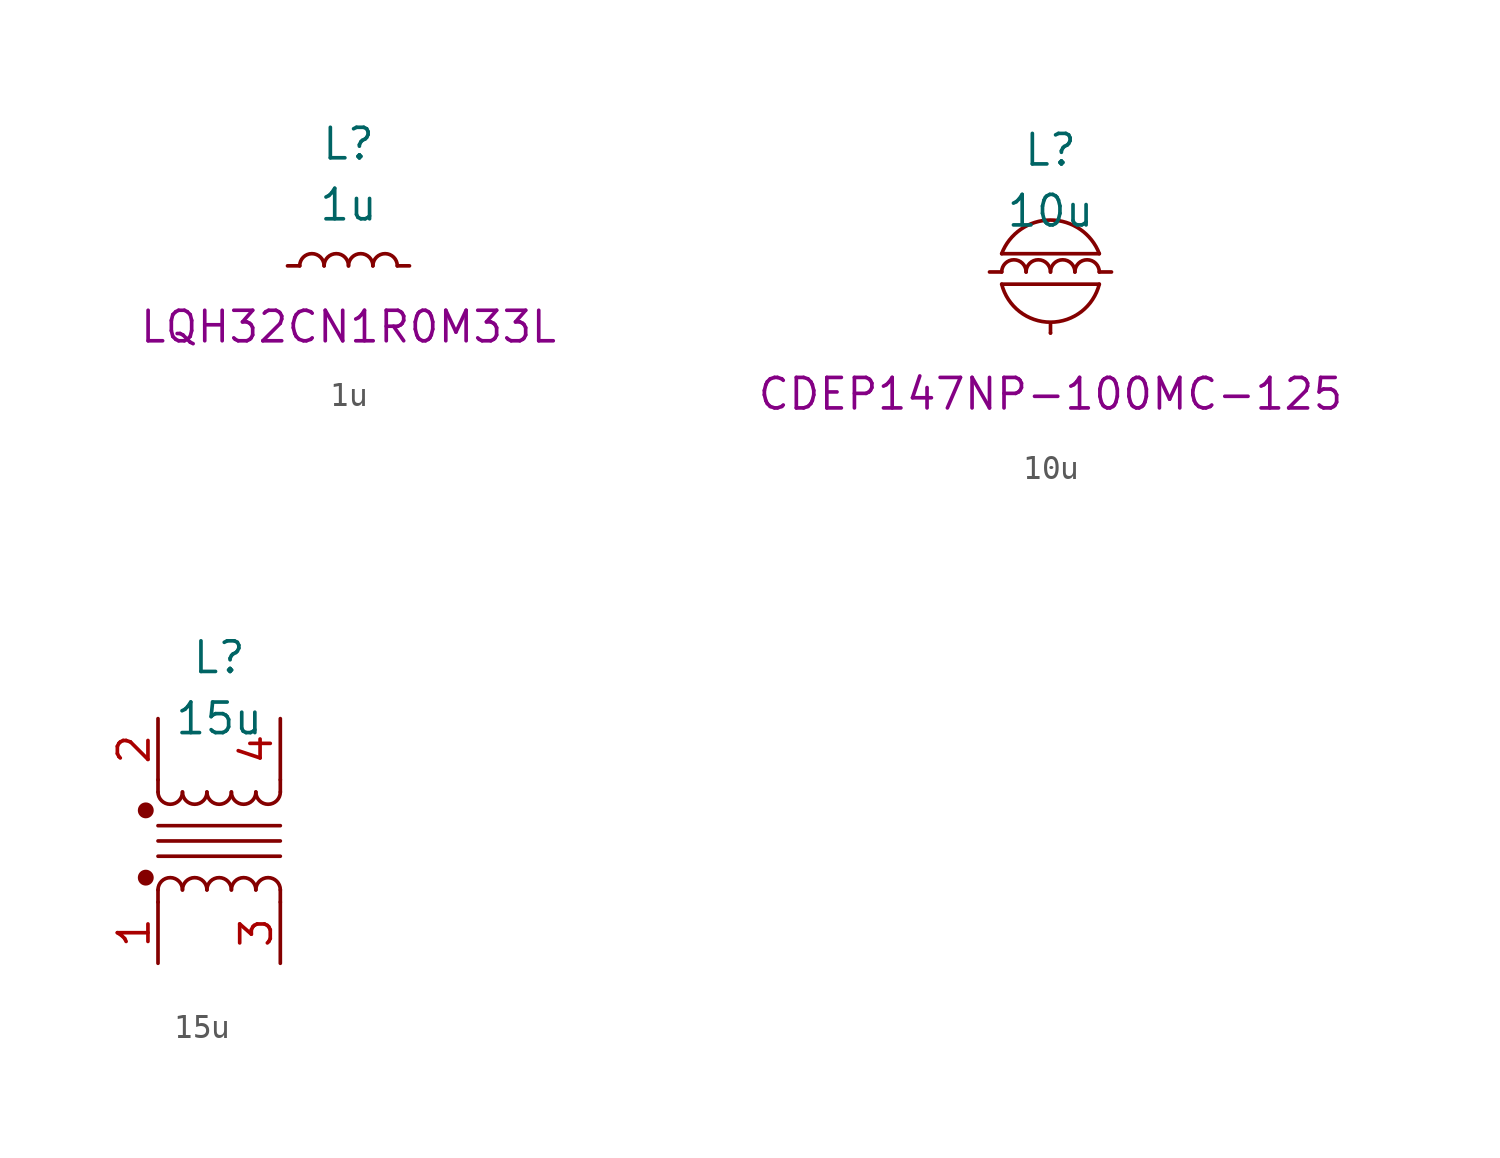
<source format=kicad_sym>
(kicad_symbol_lib
  (version 20210619)
  (generator kicad_symbol_editor)
  (symbol "ulib_Inductor_SMD:1u"
    (pin_numbers hide)
    (pin_names hide)
    (property "Reference" "L"
      (at 0 5.08 0)
      (effects (font (size 1.27 1.27))))
    (property "Value" "1u"
      (at 0 2.54 0)
      (effects (font (size 1.27 1.27))))
    (property "Mfr PN" "LQH32CN1R0M33L"
      (at 0 -2.54 0)
      (effects (font (size 1.27 1.27))))
    (symbol "1u_0_1"
      (arc (start -1.016 0) (end -2.032 0) (radius (at -1.524 0) (length 0.508) (angles 0.1 179.9)) (stroke (width 0)) (fill (type none)))
      (arc (start 0 0) (end -1.016 0) (radius (at -0.508 0) (length 0.508) (angles 0.1 179.9)) (stroke (width 0)) (fill (type none)))
      (arc (start 1.016 0) (end 0 0) (radius (at 0.508 0) (length 0.508) (angles 0.1 179.9)) (stroke (width 0)) (fill (type none)))
      (arc (start 2.032 0) (end 1.016 0) (radius (at 1.524 0) (length 0.508) (angles 0.1 179.9)) (stroke (width 0)) (fill (type none))))
    (symbol "1u_1_1"
      (pin passive line (at -2.54 0 0) (length 0.508) (name "~" (effects (font (size 1.27 1.27)))) (number "1" (effects (font (size 1.27 1.27)))))
      (pin passive line (at 2.54 0 180) (length 0.508) (name "~" (effects (font (size 1.27 1.27)))) (number "2" (effects (font (size 1.27 1.27)))))))
  (symbol "ulib_Inductor_SMD:10u"
    (pin_numbers hide)
    (pin_names hide)
    (property "Reference" "L"
      (at 0 5.08 0)
      (effects (font (size 1.27 1.27))))
    (property "Value" "10u"
      (at 0 2.54 0)
      (effects (font (size 1.27 1.27))))
    (property "Mfr PN" "CDEP147NP-100MC-125"
      (at 0 -5.08 0)
      (effects (font (size 1.27 1.27))))
    (symbol "10u_0_1"
      (arc (start -1.016 0) (end -2.032 0) (radius (at -1.524 0) (length 0.508) (angles 0.1 179.9)) (stroke (width 0)) (fill (type none)))
      (arc (start 0 0) (end -1.016 0) (radius (at -0.508 0) (length 0.508) (angles 0.1 179.9)) (stroke (width 0)) (fill (type none)))
      (arc (start -2.032 0.762) (end 2.032 0.762) (radius (at 0 -0.0117) (length 2.1743) (angles 159.2 20.8)) (stroke (width 0.1524)) (fill (type none)))
      (arc (start -2.032 -0.508) (end 2.032 -0.508) (radius (at 0 0.0048) (length 2.0957) (angles -165.8 -14.2)) (stroke (width 0.1524)) (fill (type none)))
      (arc (start 1.016 0) (end 0 0) (radius (at 0.508 0) (length 0.508) (angles 0.1 179.9)) (stroke (width 0)) (fill (type none)))
      (arc (start 2.032 0) (end 1.016 0) (radius (at 1.524 0) (length 0.508) (angles 0.1 179.9)) (stroke (width 0)) (fill (type none)))
      (polyline (pts (xy 0 -2.54) (xy 0 -2.159)) (stroke (width 0.152)) (fill (type none)))
      (polyline (pts (xy 2.032 -0.508) (xy -2.032 -0.508)) (stroke (width 0.152)) (fill (type none)))
      (polyline (pts (xy 2.032 0.762) (xy -2.032 0.762)) (stroke (width 0.152)) (fill (type none))))
    (symbol "10u_1_1"
      (pin passive line (at -2.54 0 0) (length 0.508) (name "~" (effects (font (size 1.27 1.27)))) (number "1" (effects (font (size 1.27 1.27)))))
      (pin passive line (at 2.54 0 180) (length 0.508) (name "~" (effects (font (size 1.27 1.27)))) (number "2" (effects (font (size 1.27 1.27)))))
      (pin passive line (at 0 -2.54 0) (length 0) (name "GND" (effects (font (size 1.27 1.27)))) (number "3" (effects (font (size 1.27 1.27)))))))
  (symbol "ulib_Inductor_SMD:15u"
    (pin_names hide)
    (property "Reference" "L"
      (at 0 7.62 0)
      (effects (font (size 1.27 1.27))))
    (property "Value" "15u"
      (at 0 5.08 0)
      (effects (font (size 1.27 1.27))))
    (symbol "15u_0_1"
      (arc (start -1.524 -2.032) (end -2.54 -2.032) (radius (at -2.032 -2.032) (length 0.508) (angles 0.1 179.9)) (stroke (width 0)) (fill (type none)))
      (arc (start -2.54 2.032) (end -1.524 2.032) (radius (at -2.032 2.032) (length 0.508) (angles -179.9 -0.1)) (stroke (width 0)) (fill (type none)))
      (arc (start -0.508 -2.032) (end -1.524 -2.032) (radius (at -1.016 -2.032) (length 0.508) (angles 0.1 179.9)) (stroke (width 0)) (fill (type none)))
      (arc (start -1.524 2.032) (end -0.508 2.032) (radius (at -1.016 2.032) (length 0.508) (angles -179.9 -0.1)) (stroke (width 0)) (fill (type none)))
      (arc (start 0.508 -2.032) (end -0.508 -2.032) (radius (at 0 -2.032) (length 0.508) (angles 0.1 179.9)) (stroke (width 0)) (fill (type none)))
      (arc (start -0.508 2.032) (end 0.508 2.032) (radius (at 0 2.032) (length 0.508) (angles -179.9 -0.1)) (stroke (width 0)) (fill (type none)))
      (arc (start 1.524 -2.032) (end 0.508 -2.032) (radius (at 1.016 -2.032) (length 0.508) (angles 0.1 179.9)) (stroke (width 0)) (fill (type none)))
      (arc (start 0.508 2.032) (end 1.524 2.032) (radius (at 1.016 2.032) (length 0.508) (angles -179.9 -0.1)) (stroke (width 0)) (fill (type none)))
      (arc (start 2.54 -2.032) (end 1.524 -2.032) (radius (at 2.032 -2.032) (length 0.508) (angles 0.1 179.9)) (stroke (width 0)) (fill (type none)))
      (arc (start 1.524 2.032) (end 2.54 2.032) (radius (at 2.032 2.032) (length 0.508) (angles -179.9 -0.1)) (stroke (width 0)) (fill (type none)))
      (circle (center -3.048 -1.524) (radius 0.254) (stroke (width 0)) (fill (type outline)))
      (circle (center -3.048 1.27) (radius 0.254) (stroke (width 0)) (fill (type outline)))
      (polyline (pts (xy -2.54 -2.032) (xy -2.54 -2.54)) (stroke (width 0)) (fill (type none)))
      (polyline (pts (xy -2.54 -0.635) (xy 2.54 -0.635)) (stroke (width 0.152)) (fill (type none)))
      (polyline (pts (xy -2.54 0) (xy 2.54 0)) (stroke (width 0.152)) (fill (type none)))
      (polyline (pts (xy -2.54 0.635) (xy 2.54 0.635)) (stroke (width 0.152)) (fill (type none)))
      (polyline (pts (xy -2.54 2.032) (xy -2.54 2.54)) (stroke (width 0)) (fill (type none)))
      (polyline (pts (xy 2.54 -2.54) (xy 2.54 -2.032)) (stroke (width 0)) (fill (type none)))
      (polyline (pts (xy 2.54 2.032) (xy 2.54 2.54)) (stroke (width 0)) (fill (type none))))
    (symbol "15u_1_1"
      (pin passive line (at -2.54 -5.08 90) (length 2.54) (name "1" (effects (font (size 1.27 1.27)))) (number "1" (effects (font (size 1.27 1.27)))))
      (pin passive line (at -2.54 5.08 270) (length 2.54) (name "2" (effects (font (size 1.27 1.27)))) (number "2" (effects (font (size 1.27 1.27)))))
      (pin passive line (at 2.54 -5.08 90) (length 2.54) (name "3" (effects (font (size 1.27 1.27)))) (number "3" (effects (font (size 1.27 1.27)))))
      (pin passive line (at 2.54 5.08 270) (length 2.54) (name "4" (effects (font (size 1.27 1.27)))) (number "4" (effects (font (size 1.27 1.27))))))))
</source>
